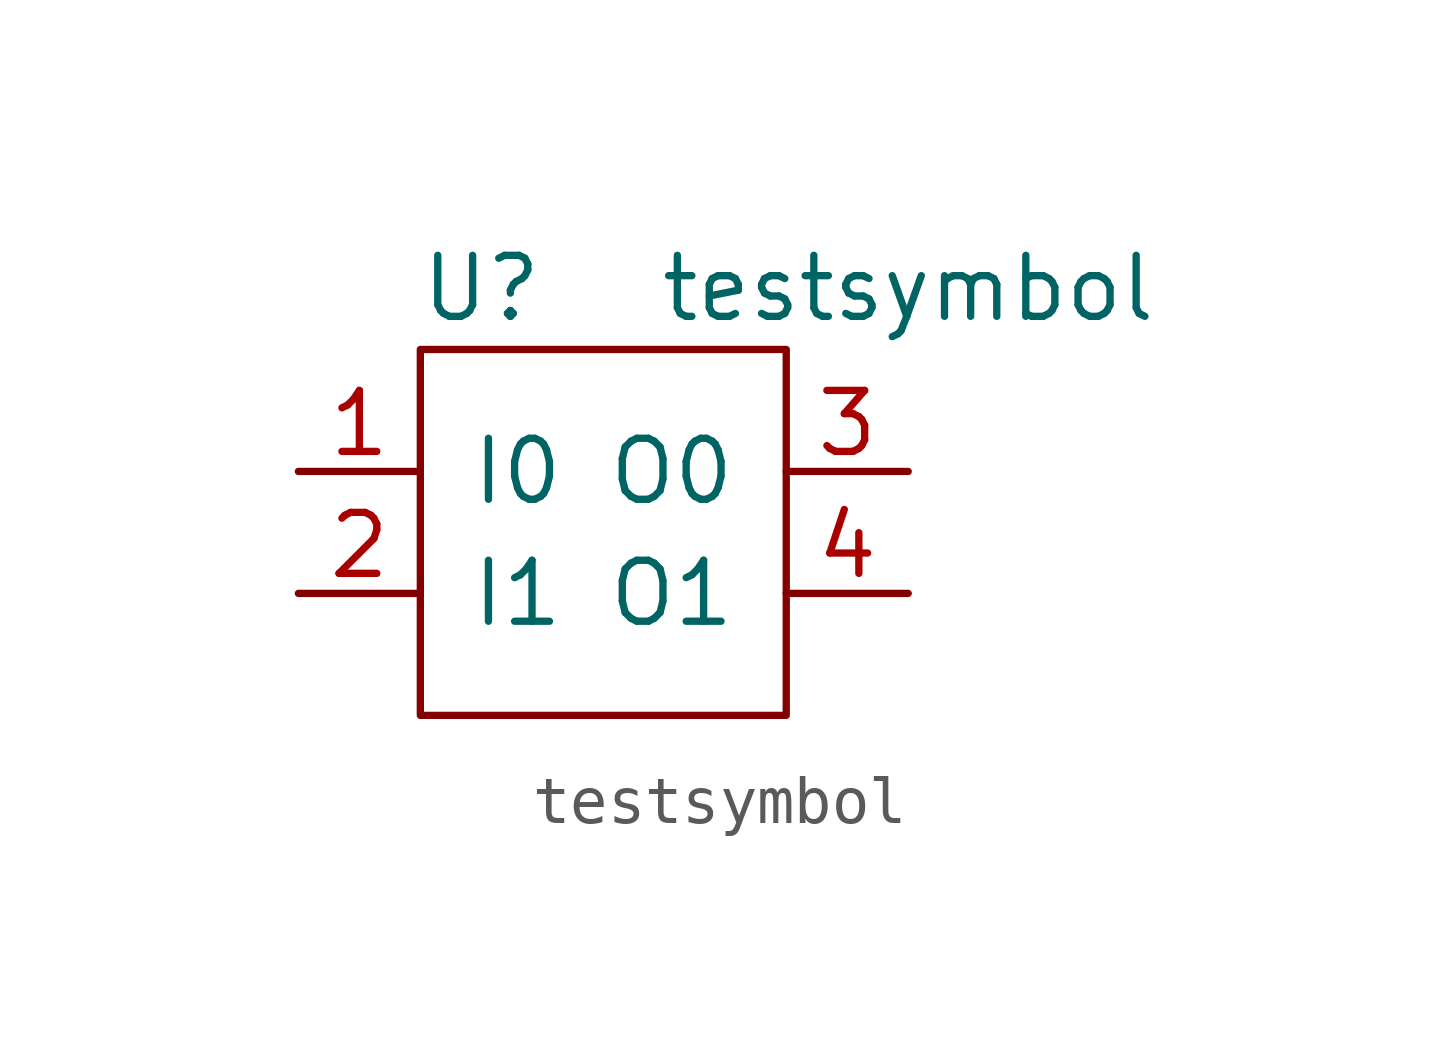
<source format=kicad_sym>
(kicad_symbol_lib
  (version 20241209)
  (generator "kicad_symbol_editor")
  (generator_version "9.0")
  (symbol "testsymbol"
    (pin_names
      (offset 1.016))
    (property "Reference" "U"
      (at -2.54 5.08 0)
      (effects (font (size 1.27 1.27))))
    (property "Value" "testsymbol"
      (at 6.35 5.08 0)
      (effects (font (size 1.27 1.27))))
    (symbol "testsymbol_0_1"
      (rectangle (start -3.81 3.81) (end 3.81 -3.81) (stroke (width 0) (type solid)) (fill (type none))))
    (symbol "testsymbol_1_1"
      (pin input line (at -6.35 1.27 0) (length 2.54) (name "I0" (effects (font (size 1.27 1.27)))) (number "1" (effects (font (size 1.27 1.27)))))
      (pin input line (at -6.35 -1.27 0) (length 2.54) (name "I1" (effects (font (size 1.27 1.27)))) (number "2" (effects (font (size 1.27 1.27)))))
      (pin output line (at 6.35 1.27 180) (length 2.54) (name "O0" (effects (font (size 1.27 1.27)))) (number "3" (effects (font (size 1.27 1.27)))))
      (pin output line (at 6.35 -1.27 180) (length 2.54) (name "O1" (effects (font (size 1.27 1.27)))) (number "4" (effects (font (size 1.27 1.27))))))))
</source>
